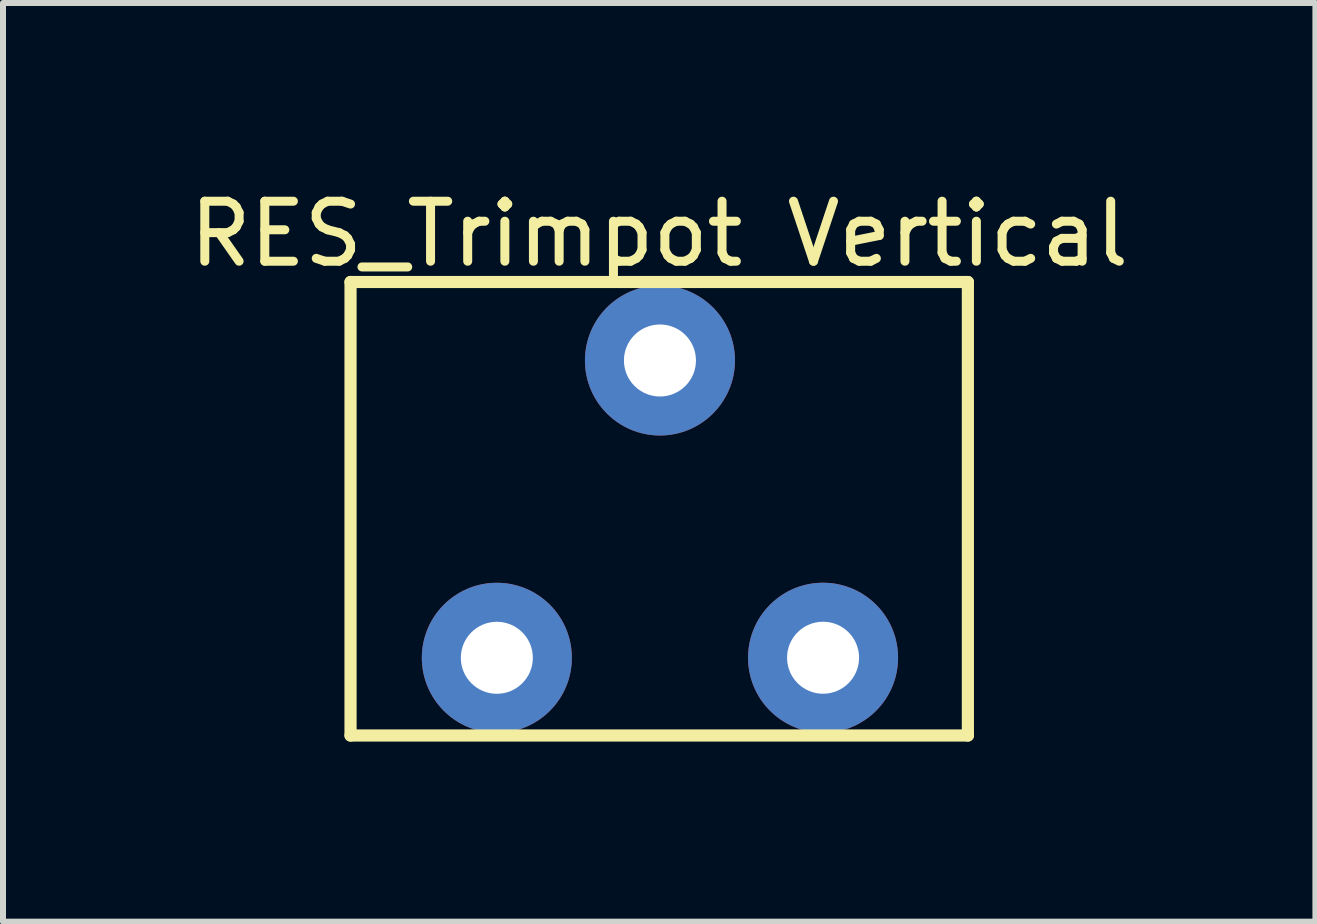
<source format=kicad_pcb>
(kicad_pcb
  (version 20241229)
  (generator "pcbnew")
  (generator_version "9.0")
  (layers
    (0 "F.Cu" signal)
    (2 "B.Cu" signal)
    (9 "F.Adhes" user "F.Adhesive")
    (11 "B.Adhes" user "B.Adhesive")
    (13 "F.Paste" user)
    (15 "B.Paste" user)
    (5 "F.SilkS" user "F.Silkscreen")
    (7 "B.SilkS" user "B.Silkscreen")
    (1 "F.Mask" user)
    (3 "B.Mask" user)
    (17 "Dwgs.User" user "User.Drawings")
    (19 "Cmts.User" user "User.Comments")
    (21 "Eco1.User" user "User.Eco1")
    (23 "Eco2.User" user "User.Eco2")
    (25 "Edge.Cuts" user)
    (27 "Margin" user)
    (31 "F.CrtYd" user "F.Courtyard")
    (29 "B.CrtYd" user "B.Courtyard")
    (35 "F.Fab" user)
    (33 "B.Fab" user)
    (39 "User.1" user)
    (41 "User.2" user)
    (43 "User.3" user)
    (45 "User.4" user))
  (footprint "RES_Trimpot Vertical"
    (layer "F.Cu")
    (at 7.947 5.434)
    (property "Reference" "RES_Trimpot Vertical" (at -0.013 -4.586 0) (layer "F.SilkS") (effects (font (size 1 1) (thickness 0.15))))
    (fp_line (start -5.156 -3.785) (end 5.131 -3.785) (stroke (width 0.203) (type solid)) (layer "F.SilkS"))
    (fp_line (start -5.156 3.772) (end -5.156 -3.785) (stroke (width 0.203) (type solid)) (layer "F.SilkS"))
    (fp_line (start -5.156 3.772) (end 5.131 3.772) (stroke (width 0.203) (type solid)) (layer "F.SilkS"))
    (fp_line (start 5.131 3.772) (end 5.131 -3.785) (stroke (width 0.203) (type solid)) (layer "F.SilkS"))
    (pad "1" thru_hole circle (at -2.718 2.477) (size 2.5 2.5) (drill 1.2) (layers "*.Cu" "*.Mask"))
    (pad "2" thru_hole circle (at 0 -2.477) (size 2.5 2.5) (drill 1.2) (layers "*.Cu" "*.Mask"))
    (pad "3" thru_hole circle (at 2.718 2.476) (size 2.5 2.5) (drill 1.2) (layers "*.Cu" "*.Mask")))
  (gr_rect
    (start -3 -3)
    (end 18.869 12.308)
    (stroke (width 0.1) (type default))
    (fill no)
    (layer "Edge.Cuts")))
</source>
